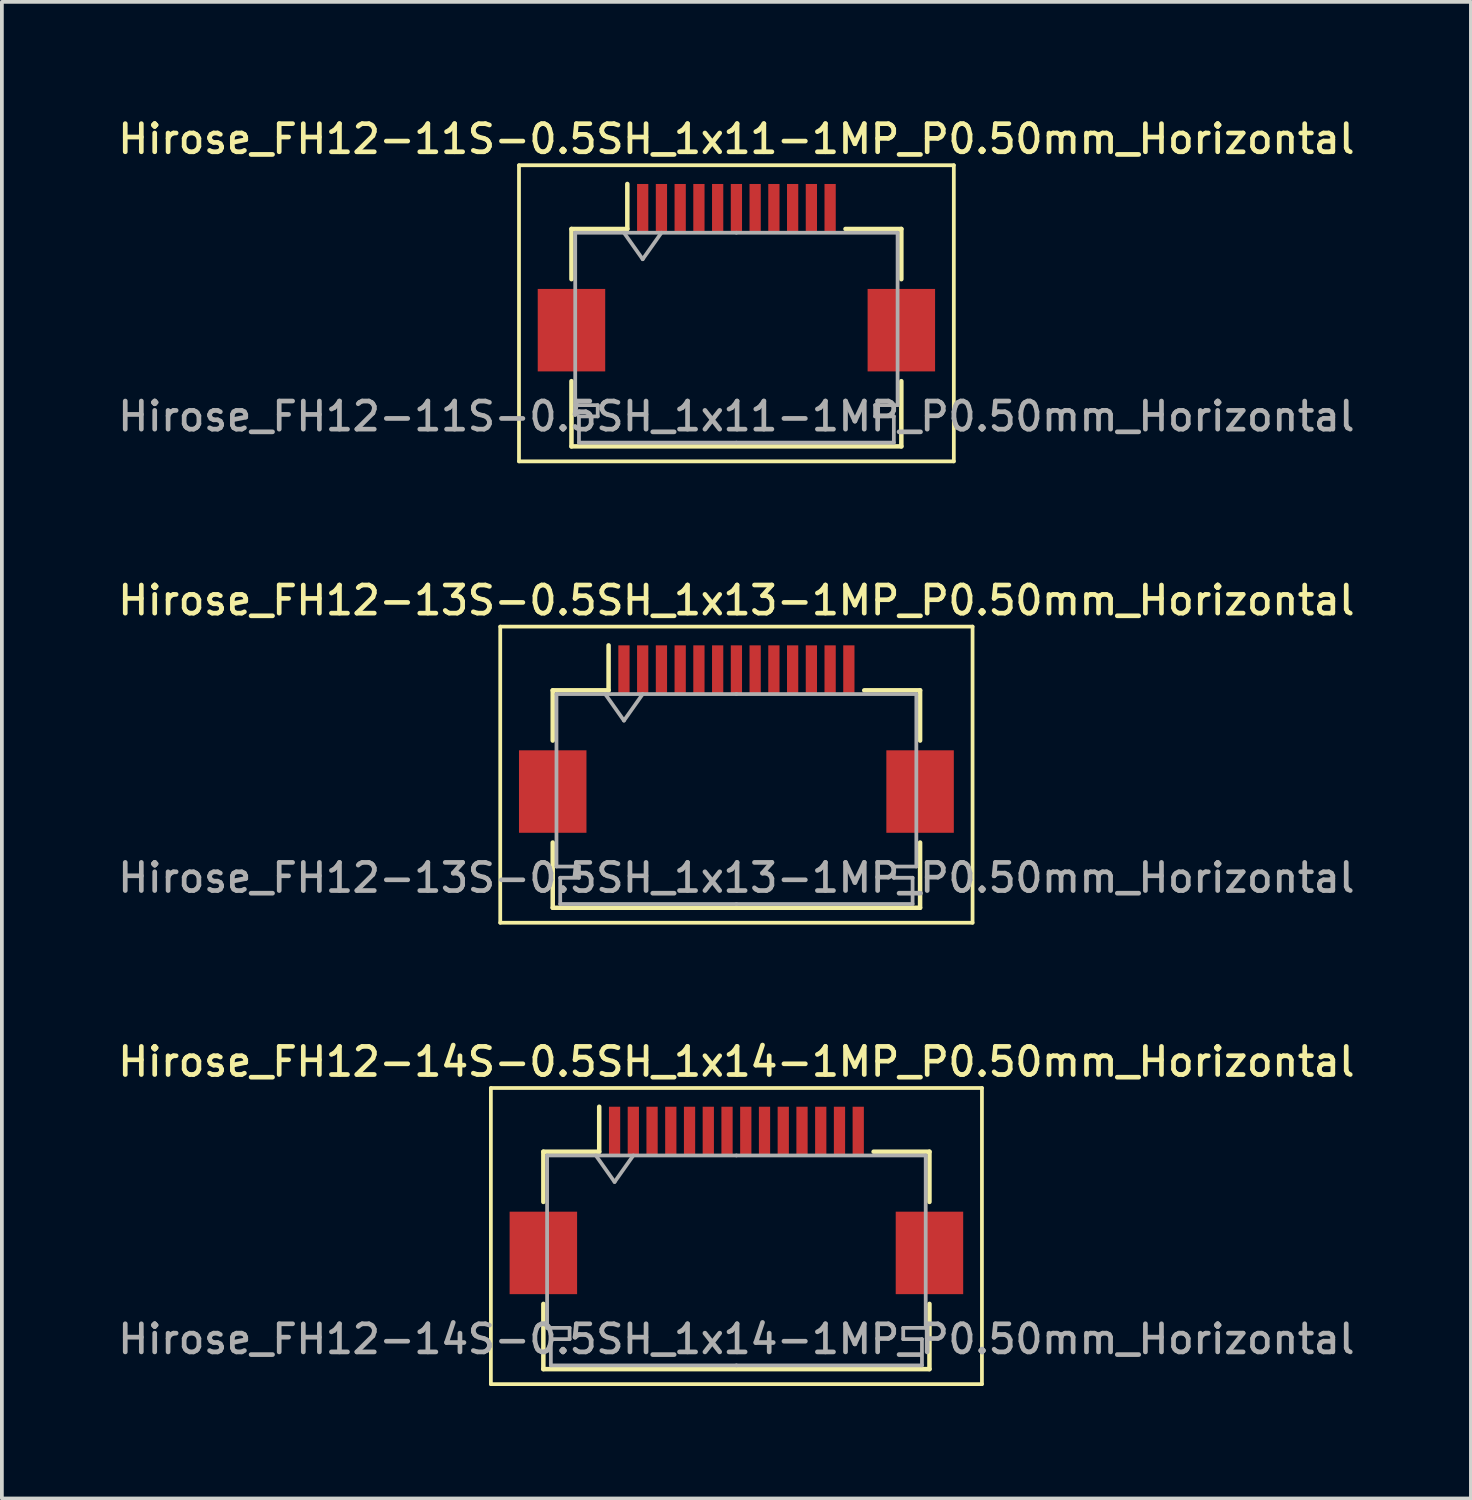
<source format=kicad_pcb>
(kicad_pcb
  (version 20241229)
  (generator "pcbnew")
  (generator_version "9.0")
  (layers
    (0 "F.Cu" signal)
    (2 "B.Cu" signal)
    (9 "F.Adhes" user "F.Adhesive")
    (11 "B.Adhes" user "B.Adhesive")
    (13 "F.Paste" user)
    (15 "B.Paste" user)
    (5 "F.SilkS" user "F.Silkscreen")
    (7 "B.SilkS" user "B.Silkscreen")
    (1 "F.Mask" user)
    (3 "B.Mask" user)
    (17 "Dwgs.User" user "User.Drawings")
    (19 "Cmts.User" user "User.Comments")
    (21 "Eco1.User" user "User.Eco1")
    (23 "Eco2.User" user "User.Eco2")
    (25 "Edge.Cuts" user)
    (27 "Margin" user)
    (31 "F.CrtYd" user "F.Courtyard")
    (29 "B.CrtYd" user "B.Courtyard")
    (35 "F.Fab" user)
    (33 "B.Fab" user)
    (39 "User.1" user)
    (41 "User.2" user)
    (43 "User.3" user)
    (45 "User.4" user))
  (footprint "Hirose_FH12-13S-0.5SH_1x13-1MP_P0.50mm_Horizontal"
    (layer "F.Cu")
    (at 16.595 16.666)
    (property "Reference" "Hirose_FH12-13S-0.5SH_1x13-1MP_P0.50mm_Horizontal" (at 0 -3.7 0) (layer "F.SilkS") (effects (font (size 0.75 0.75) (thickness 0.125))))
    (attr smd)
    (fp_line (start -6.3 -3) (end -6.3 4.9) (stroke (width 0.1) (type solid)) (layer "F.SilkS"))
    (fp_line (start -6.3 4.9) (end 6.3 4.9) (stroke (width 0.1) (type solid)) (layer "F.SilkS"))
    (fp_line (start -4.9 -1.3) (end -4.9 0.04) (stroke (width 0.12) (type solid)) (layer "F.SilkS"))
    (fp_line (start -4.9 2.76) (end -4.9 4.5) (stroke (width 0.12) (type solid)) (layer "F.SilkS"))
    (fp_line (start -4.9 4.5) (end 4.9 4.5) (stroke (width 0.12) (type solid)) (layer "F.SilkS"))
    (fp_line (start -3.41 -1.3) (end -4.9 -1.3) (stroke (width 0.12) (type solid)) (layer "F.SilkS"))
    (fp_line (start -3.41 -1.3) (end -3.41 -2.5) (stroke (width 0.12) (type solid)) (layer "F.SilkS"))
    (fp_line (start 3.41 -1.3) (end 4.9 -1.3) (stroke (width 0.12) (type solid)) (layer "F.SilkS"))
    (fp_line (start 4.9 -1.3) (end 4.9 0.04) (stroke (width 0.12) (type solid)) (layer "F.SilkS"))
    (fp_line (start 4.9 4.5) (end 4.9 2.76) (stroke (width 0.12) (type solid)) (layer "F.SilkS"))
    (fp_line (start 6.3 -3) (end -6.3 -3) (stroke (width 0.1) (type solid)) (layer "F.SilkS"))
    (fp_line (start 6.3 4.9) (end 6.3 -3) (stroke (width 0.1) (type solid)) (layer "F.SilkS"))
    (fp_line (start -4.8 -1.2) (end -4.8 3.4) (stroke (width 0.1) (type solid)) (layer "F.Fab"))
    (fp_line (start -4.8 3.4) (end -4.2 3.4) (stroke (width 0.1) (type solid)) (layer "F.Fab"))
    (fp_line (start -4.7 3.7) (end -4.7 4.4) (stroke (width 0.1) (type solid)) (layer "F.Fab"))
    (fp_line (start -4.7 4.4) (end 0 4.4) (stroke (width 0.1) (type solid)) (layer "F.Fab"))
    (fp_line (start -4.2 3.4) (end -4.2 3.7) (stroke (width 0.1) (type solid)) (layer "F.Fab"))
    (fp_line (start -4.2 3.7) (end -4.7 3.7) (stroke (width 0.1) (type solid)) (layer "F.Fab"))
    (fp_line (start -3.5 -1.2) (end -3 -0.493) (stroke (width 0.1) (type solid)) (layer "F.Fab"))
    (fp_line (start -3 -0.493) (end -2.5 -1.2) (stroke (width 0.1) (type solid)) (layer "F.Fab"))
    (fp_line (start 0 -1.2) (end -4.8 -1.2) (stroke (width 0.1) (type solid)) (layer "F.Fab"))
    (fp_line (start 0 -1.2) (end 4.8 -1.2) (stroke (width 0.1) (type solid)) (layer "F.Fab"))
    (fp_line (start 4.2 3.4) (end 4.2 3.7) (stroke (width 0.1) (type solid)) (layer "F.Fab"))
    (fp_line (start 4.2 3.7) (end 4.7 3.7) (stroke (width 0.1) (type solid)) (layer "F.Fab"))
    (fp_line (start 4.7 3.7) (end 4.7 4.4) (stroke (width 0.1) (type solid)) (layer "F.Fab"))
    (fp_line (start 4.7 4.4) (end 0 4.4) (stroke (width 0.1) (type solid)) (layer "F.Fab"))
    (fp_line (start 4.8 -1.2) (end 4.8 3.4) (stroke (width 0.1) (type solid)) (layer "F.Fab"))
    (fp_line (start 4.8 3.4) (end 4.2 3.4) (stroke (width 0.1) (type solid)) (layer "F.Fab"))
    (fp_text user "${REFERENCE}" (at 0 3.7 0) (layer "F.Fab") (effects (font (size 0.75 0.75) (thickness 0.125))))
    (pad "1" smd rect (at -3 -1.85) (size 0.3 1.3) (layers "F.Cu" "F.Mask" "F.Paste"))
    (pad "2" smd rect (at -2.5 -1.85) (size 0.3 1.3) (layers "F.Cu" "F.Mask" "F.Paste"))
    (pad "3" smd rect (at -2 -1.85) (size 0.3 1.3) (layers "F.Cu" "F.Mask" "F.Paste"))
    (pad "4" smd rect (at -1.5 -1.85) (size 0.3 1.3) (layers "F.Cu" "F.Mask" "F.Paste"))
    (pad "5" smd rect (at -1 -1.85) (size 0.3 1.3) (layers "F.Cu" "F.Mask" "F.Paste"))
    (pad "6" smd rect (at -0.5 -1.85) (size 0.3 1.3) (layers "F.Cu" "F.Mask" "F.Paste"))
    (pad "7" smd rect (at 0 -1.85) (size 0.3 1.3) (layers "F.Cu" "F.Mask" "F.Paste"))
    (pad "8" smd rect (at 0.5 -1.85) (size 0.3 1.3) (layers "F.Cu" "F.Mask" "F.Paste"))
    (pad "9" smd rect (at 1 -1.85) (size 0.3 1.3) (layers "F.Cu" "F.Mask" "F.Paste"))
    (pad "10" smd rect (at 1.5 -1.85) (size 0.3 1.3) (layers "F.Cu" "F.Mask" "F.Paste"))
    (pad "11" smd rect (at 2 -1.85) (size 0.3 1.3) (layers "F.Cu" "F.Mask" "F.Paste"))
    (pad "12" smd rect (at 2.5 -1.85) (size 0.3 1.3) (layers "F.Cu" "F.Mask" "F.Paste"))
    (pad "13" smd rect (at 3 -1.85) (size 0.3 1.3) (layers "F.Cu" "F.Mask" "F.Paste"))
    (pad "MP" smd rect (at -4.9 1.4) (size 1.8 2.2) (layers "F.Cu" "F.Mask" "F.Paste"))
    (pad "MP" smd rect (at 4.9 1.4) (size 1.8 2.2) (layers "F.Cu" "F.Mask" "F.Paste")))
  (footprint "Hirose_FH12-14S-0.5SH_1x14-1MP_P0.50mm_Horizontal"
    (layer "F.Cu")
    (at 16.595 28.974)
    (property "Reference" "Hirose_FH12-14S-0.5SH_1x14-1MP_P0.50mm_Horizontal" (at 0 -3.7 0) (layer "F.SilkS") (effects (font (size 0.75 0.75) (thickness 0.125))))
    (attr smd)
    (fp_line (start -6.55 -3) (end -6.55 4.9) (stroke (width 0.1) (type solid)) (layer "F.SilkS"))
    (fp_line (start -6.55 4.9) (end 6.55 4.9) (stroke (width 0.1) (type solid)) (layer "F.SilkS"))
    (fp_line (start -5.15 -1.3) (end -5.15 0.04) (stroke (width 0.12) (type solid)) (layer "F.SilkS"))
    (fp_line (start -5.15 2.76) (end -5.15 4.5) (stroke (width 0.12) (type solid)) (layer "F.SilkS"))
    (fp_line (start -5.15 4.5) (end 5.15 4.5) (stroke (width 0.12) (type solid)) (layer "F.SilkS"))
    (fp_line (start -3.66 -1.3) (end -5.15 -1.3) (stroke (width 0.12) (type solid)) (layer "F.SilkS"))
    (fp_line (start -3.66 -1.3) (end -3.66 -2.5) (stroke (width 0.12) (type solid)) (layer "F.SilkS"))
    (fp_line (start 3.66 -1.3) (end 5.15 -1.3) (stroke (width 0.12) (type solid)) (layer "F.SilkS"))
    (fp_line (start 5.15 -1.3) (end 5.15 0.04) (stroke (width 0.12) (type solid)) (layer "F.SilkS"))
    (fp_line (start 5.15 4.5) (end 5.15 2.76) (stroke (width 0.12) (type solid)) (layer "F.SilkS"))
    (fp_line (start 6.55 -3) (end -6.55 -3) (stroke (width 0.1) (type solid)) (layer "F.SilkS"))
    (fp_line (start 6.55 4.9) (end 6.55 -3) (stroke (width 0.1) (type solid)) (layer "F.SilkS"))
    (fp_line (start -5.05 -1.2) (end -5.05 3.4) (stroke (width 0.1) (type solid)) (layer "F.Fab"))
    (fp_line (start -5.05 3.4) (end -4.45 3.4) (stroke (width 0.1) (type solid)) (layer "F.Fab"))
    (fp_line (start -4.95 3.7) (end -4.95 4.4) (stroke (width 0.1) (type solid)) (layer "F.Fab"))
    (fp_line (start -4.95 4.4) (end 0 4.4) (stroke (width 0.1) (type solid)) (layer "F.Fab"))
    (fp_line (start -4.45 3.4) (end -4.45 3.7) (stroke (width 0.1) (type solid)) (layer "F.Fab"))
    (fp_line (start -4.45 3.7) (end -4.95 3.7) (stroke (width 0.1) (type solid)) (layer "F.Fab"))
    (fp_line (start -3.75 -1.2) (end -3.25 -0.493) (stroke (width 0.1) (type solid)) (layer "F.Fab"))
    (fp_line (start -3.25 -0.493) (end -2.75 -1.2) (stroke (width 0.1) (type solid)) (layer "F.Fab"))
    (fp_line (start 0 -1.2) (end -5.05 -1.2) (stroke (width 0.1) (type solid)) (layer "F.Fab"))
    (fp_line (start 0 -1.2) (end 5.05 -1.2) (stroke (width 0.1) (type solid)) (layer "F.Fab"))
    (fp_line (start 4.45 3.4) (end 4.45 3.7) (stroke (width 0.1) (type solid)) (layer "F.Fab"))
    (fp_line (start 4.45 3.7) (end 4.95 3.7) (stroke (width 0.1) (type solid)) (layer "F.Fab"))
    (fp_line (start 4.95 3.7) (end 4.95 4.4) (stroke (width 0.1) (type solid)) (layer "F.Fab"))
    (fp_line (start 4.95 4.4) (end 0 4.4) (stroke (width 0.1) (type solid)) (layer "F.Fab"))
    (fp_line (start 5.05 -1.2) (end 5.05 3.4) (stroke (width 0.1) (type solid)) (layer "F.Fab"))
    (fp_line (start 5.05 3.4) (end 4.45 3.4) (stroke (width 0.1) (type solid)) (layer "F.Fab"))
    (fp_text user "${REFERENCE}" (at 0 3.7 0) (layer "F.Fab") (effects (font (size 0.75 0.75) (thickness 0.125))))
    (pad "1" smd rect (at -3.25 -1.85) (size 0.3 1.3) (layers "F.Cu" "F.Mask" "F.Paste"))
    (pad "2" smd rect (at -2.75 -1.85) (size 0.3 1.3) (layers "F.Cu" "F.Mask" "F.Paste"))
    (pad "3" smd rect (at -2.25 -1.85) (size 0.3 1.3) (layers "F.Cu" "F.Mask" "F.Paste"))
    (pad "4" smd rect (at -1.75 -1.85) (size 0.3 1.3) (layers "F.Cu" "F.Mask" "F.Paste"))
    (pad "5" smd rect (at -1.25 -1.85) (size 0.3 1.3) (layers "F.Cu" "F.Mask" "F.Paste"))
    (pad "6" smd rect (at -0.75 -1.85) (size 0.3 1.3) (layers "F.Cu" "F.Mask" "F.Paste"))
    (pad "7" smd rect (at -0.25 -1.85) (size 0.3 1.3) (layers "F.Cu" "F.Mask" "F.Paste"))
    (pad "8" smd rect (at 0.25 -1.85) (size 0.3 1.3) (layers "F.Cu" "F.Mask" "F.Paste"))
    (pad "9" smd rect (at 0.75 -1.85) (size 0.3 1.3) (layers "F.Cu" "F.Mask" "F.Paste"))
    (pad "10" smd rect (at 1.25 -1.85) (size 0.3 1.3) (layers "F.Cu" "F.Mask" "F.Paste"))
    (pad "11" smd rect (at 1.75 -1.85) (size 0.3 1.3) (layers "F.Cu" "F.Mask" "F.Paste"))
    (pad "12" smd rect (at 2.25 -1.85) (size 0.3 1.3) (layers "F.Cu" "F.Mask" "F.Paste"))
    (pad "13" smd rect (at 2.75 -1.85) (size 0.3 1.3) (layers "F.Cu" "F.Mask" "F.Paste"))
    (pad "14" smd rect (at 3.25 -1.85) (size 0.3 1.3) (layers "F.Cu" "F.Mask" "F.Paste"))
    (pad "MP" smd rect (at -5.15 1.4) (size 1.8 2.2) (layers "F.Cu" "F.Mask" "F.Paste"))
    (pad "MP" smd rect (at 5.15 1.4) (size 1.8 2.2) (layers "F.Cu" "F.Mask" "F.Paste")))
  (footprint "Hirose_FH12-11S-0.5SH_1x11-1MP_P0.50mm_Horizontal"
    (layer "F.Cu")
    (at 16.595 4.358)
    (property "Reference" "Hirose_FH12-11S-0.5SH_1x11-1MP_P0.50mm_Horizontal" (at 0 -3.7 0) (layer "F.SilkS") (effects (font (size 0.75 0.75) (thickness 0.125))))
    (attr smd)
    (fp_line (start -5.8 -3) (end -5.8 4.9) (stroke (width 0.1) (type solid)) (layer "F.SilkS"))
    (fp_line (start -5.8 4.9) (end 5.8 4.9) (stroke (width 0.1) (type solid)) (layer "F.SilkS"))
    (fp_line (start -4.4 -1.3) (end -4.4 0.04) (stroke (width 0.12) (type solid)) (layer "F.SilkS"))
    (fp_line (start -4.4 2.76) (end -4.4 4.5) (stroke (width 0.12) (type solid)) (layer "F.SilkS"))
    (fp_line (start -4.4 4.5) (end 4.4 4.5) (stroke (width 0.12) (type solid)) (layer "F.SilkS"))
    (fp_line (start -2.91 -1.3) (end -4.4 -1.3) (stroke (width 0.12) (type solid)) (layer "F.SilkS"))
    (fp_line (start -2.91 -1.3) (end -2.91 -2.5) (stroke (width 0.12) (type solid)) (layer "F.SilkS"))
    (fp_line (start 2.91 -1.3) (end 4.4 -1.3) (stroke (width 0.12) (type solid)) (layer "F.SilkS"))
    (fp_line (start 4.4 -1.3) (end 4.4 0.04) (stroke (width 0.12) (type solid)) (layer "F.SilkS"))
    (fp_line (start 4.4 4.5) (end 4.4 2.76) (stroke (width 0.12) (type solid)) (layer "F.SilkS"))
    (fp_line (start 5.8 -3) (end -5.8 -3) (stroke (width 0.1) (type solid)) (layer "F.SilkS"))
    (fp_line (start 5.8 4.9) (end 5.8 -3) (stroke (width 0.1) (type solid)) (layer "F.SilkS"))
    (fp_line (start -4.3 -1.2) (end -4.3 3.4) (stroke (width 0.1) (type solid)) (layer "F.Fab"))
    (fp_line (start -4.3 3.4) (end -3.7 3.4) (stroke (width 0.1) (type solid)) (layer "F.Fab"))
    (fp_line (start -4.2 3.7) (end -4.2 4.4) (stroke (width 0.1) (type solid)) (layer "F.Fab"))
    (fp_line (start -4.2 4.4) (end 0 4.4) (stroke (width 0.1) (type solid)) (layer "F.Fab"))
    (fp_line (start -3.7 3.4) (end -3.7 3.7) (stroke (width 0.1) (type solid)) (layer "F.Fab"))
    (fp_line (start -3.7 3.7) (end -4.2 3.7) (stroke (width 0.1) (type solid)) (layer "F.Fab"))
    (fp_line (start -3 -1.2) (end -2.5 -0.493) (stroke (width 0.1) (type solid)) (layer "F.Fab"))
    (fp_line (start -2.5 -0.493) (end -2 -1.2) (stroke (width 0.1) (type solid)) (layer "F.Fab"))
    (fp_line (start 0 -1.2) (end -4.3 -1.2) (stroke (width 0.1) (type solid)) (layer "F.Fab"))
    (fp_line (start 0 -1.2) (end 4.3 -1.2) (stroke (width 0.1) (type solid)) (layer "F.Fab"))
    (fp_line (start 3.7 3.4) (end 3.7 3.7) (stroke (width 0.1) (type solid)) (layer "F.Fab"))
    (fp_line (start 3.7 3.7) (end 4.2 3.7) (stroke (width 0.1) (type solid)) (layer "F.Fab"))
    (fp_line (start 4.2 3.7) (end 4.2 4.4) (stroke (width 0.1) (type solid)) (layer "F.Fab"))
    (fp_line (start 4.2 4.4) (end 0 4.4) (stroke (width 0.1) (type solid)) (layer "F.Fab"))
    (fp_line (start 4.3 -1.2) (end 4.3 3.4) (stroke (width 0.1) (type solid)) (layer "F.Fab"))
    (fp_line (start 4.3 3.4) (end 3.7 3.4) (stroke (width 0.1) (type solid)) (layer "F.Fab"))
    (fp_text user "${REFERENCE}" (at 0 3.7 0) (layer "F.Fab") (effects (font (size 0.75 0.75) (thickness 0.125))))
    (pad "1" smd rect (at -2.5 -1.85) (size 0.3 1.3) (layers "F.Cu" "F.Mask" "F.Paste"))
    (pad "2" smd rect (at -2 -1.85) (size 0.3 1.3) (layers "F.Cu" "F.Mask" "F.Paste"))
    (pad "3" smd rect (at -1.5 -1.85) (size 0.3 1.3) (layers "F.Cu" "F.Mask" "F.Paste"))
    (pad "4" smd rect (at -1 -1.85) (size 0.3 1.3) (layers "F.Cu" "F.Mask" "F.Paste"))
    (pad "5" smd rect (at -0.5 -1.85) (size 0.3 1.3) (layers "F.Cu" "F.Mask" "F.Paste"))
    (pad "6" smd rect (at 0 -1.85) (size 0.3 1.3) (layers "F.Cu" "F.Mask" "F.Paste"))
    (pad "7" smd rect (at 0.5 -1.85) (size 0.3 1.3) (layers "F.Cu" "F.Mask" "F.Paste"))
    (pad "8" smd rect (at 1 -1.85) (size 0.3 1.3) (layers "F.Cu" "F.Mask" "F.Paste"))
    (pad "9" smd rect (at 1.5 -1.85) (size 0.3 1.3) (layers "F.Cu" "F.Mask" "F.Paste"))
    (pad "10" smd rect (at 2 -1.85) (size 0.3 1.3) (layers "F.Cu" "F.Mask" "F.Paste"))
    (pad "11" smd rect (at 2.5 -1.85) (size 0.3 1.3) (layers "F.Cu" "F.Mask" "F.Paste"))
    (pad "MP" smd rect (at -4.4 1.4) (size 1.8 2.2) (layers "F.Cu" "F.Mask" "F.Paste"))
    (pad "MP" smd rect (at 4.4 1.4) (size 1.8 2.2) (layers "F.Cu" "F.Mask" "F.Paste")))
  (gr_rect
    (start -3 -3)
    (end 36.189 36.924)
    (stroke (width 0.1) (type default))
    (fill no)
    (layer "Edge.Cuts")))
</source>
